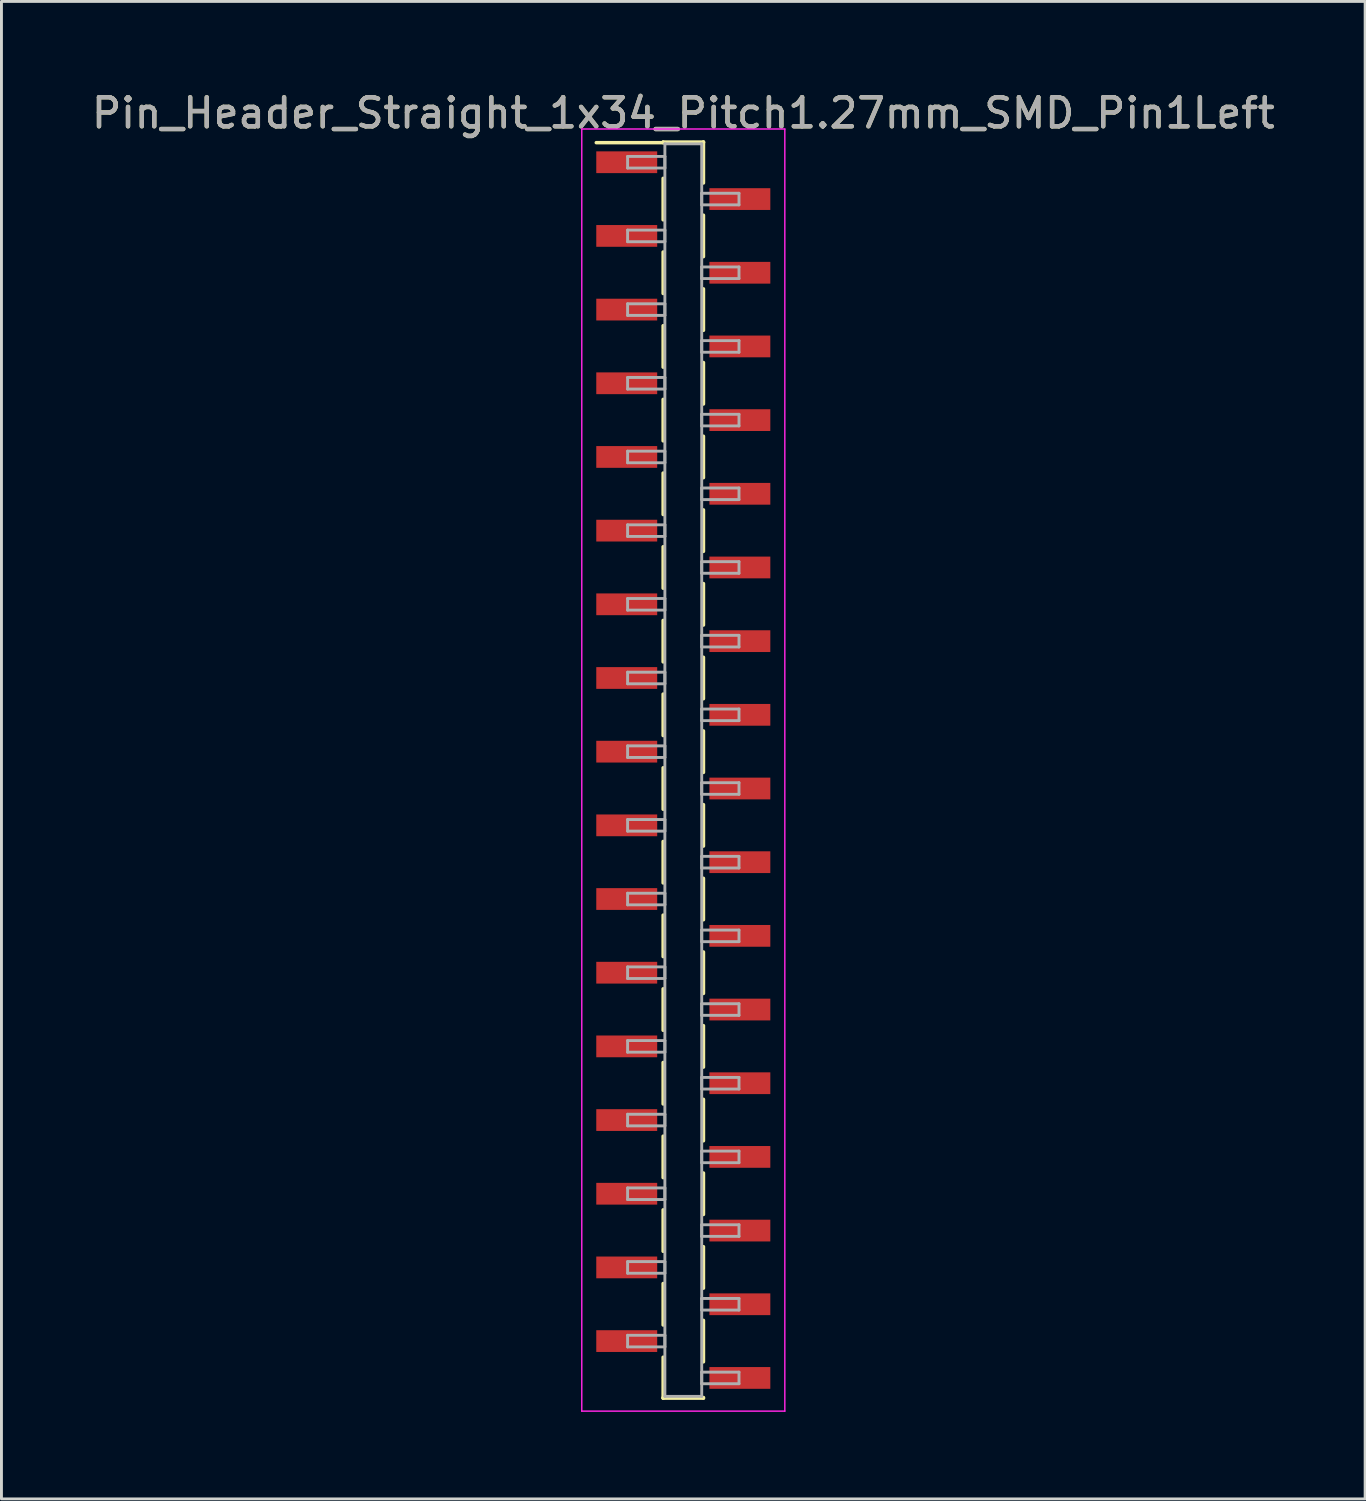
<source format=kicad_pcb>
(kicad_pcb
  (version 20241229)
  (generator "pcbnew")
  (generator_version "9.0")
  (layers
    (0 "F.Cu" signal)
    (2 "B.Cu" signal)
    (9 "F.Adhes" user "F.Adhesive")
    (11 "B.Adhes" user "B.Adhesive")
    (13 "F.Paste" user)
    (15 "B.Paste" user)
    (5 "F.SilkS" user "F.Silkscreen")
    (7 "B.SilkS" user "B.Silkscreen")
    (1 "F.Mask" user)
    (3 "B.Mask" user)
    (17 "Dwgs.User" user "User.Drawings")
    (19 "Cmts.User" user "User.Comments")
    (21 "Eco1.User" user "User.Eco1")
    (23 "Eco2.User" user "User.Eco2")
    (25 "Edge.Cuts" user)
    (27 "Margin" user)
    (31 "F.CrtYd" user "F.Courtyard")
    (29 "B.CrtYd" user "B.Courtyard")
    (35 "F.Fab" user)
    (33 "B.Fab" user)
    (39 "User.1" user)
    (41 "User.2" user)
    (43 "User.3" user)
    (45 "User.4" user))
  (footprint "Pin_Header_Straight_1x34_Pitch1.27mm_SMD_Pin1Left"
    (layer "F.Cu")
    (at 20.506 23.498)
    (property "Reference" "Pin_Header_Straight_1x34_Pitch1.27mm_SMD_Pin1Left" (at 0 -22.65 0) (layer "F.SilkS") (effects (font (size 1 1) (thickness 0.15))))
    (attr smd)
    (fp_line (start -0.695 -21.65) (end 0.695 -21.65) (stroke (width 0.12) (type solid)) (layer "F.SilkS"))
    (fp_line (start -0.695 -21.63) (end -3 -21.63) (stroke (width 0.12) (type solid)) (layer "F.SilkS"))
    (fp_line (start -0.695 -21.63) (end -0.695 -21.65) (stroke (width 0.12) (type solid)) (layer "F.SilkS"))
    (fp_line (start -0.695 -20.4) (end -0.695 -18.97) (stroke (width 0.12) (type solid)) (layer "F.SilkS"))
    (fp_line (start -0.695 -17.86) (end -0.695 -16.43) (stroke (width 0.12) (type solid)) (layer "F.SilkS"))
    (fp_line (start -0.695 -15.32) (end -0.695 -13.89) (stroke (width 0.12) (type solid)) (layer "F.SilkS"))
    (fp_line (start -0.695 -12.78) (end -0.695 -11.35) (stroke (width 0.12) (type solid)) (layer "F.SilkS"))
    (fp_line (start -0.695 -10.24) (end -0.695 -8.81) (stroke (width 0.12) (type solid)) (layer "F.SilkS"))
    (fp_line (start -0.695 -7.7) (end -0.695 -6.27) (stroke (width 0.12) (type solid)) (layer "F.SilkS"))
    (fp_line (start -0.695 -5.16) (end -0.695 -3.73) (stroke (width 0.12) (type solid)) (layer "F.SilkS"))
    (fp_line (start -0.695 -2.62) (end -0.695 -1.19) (stroke (width 0.12) (type solid)) (layer "F.SilkS"))
    (fp_line (start -0.695 -0.08) (end -0.695 1.35) (stroke (width 0.12) (type solid)) (layer "F.SilkS"))
    (fp_line (start -0.695 2.46) (end -0.695 3.89) (stroke (width 0.12) (type solid)) (layer "F.SilkS"))
    (fp_line (start -0.695 5) (end -0.695 6.43) (stroke (width 0.12) (type solid)) (layer "F.SilkS"))
    (fp_line (start -0.695 7.54) (end -0.695 8.97) (stroke (width 0.12) (type solid)) (layer "F.SilkS"))
    (fp_line (start -0.695 10.08) (end -0.695 11.51) (stroke (width 0.12) (type solid)) (layer "F.SilkS"))
    (fp_line (start -0.695 12.62) (end -0.695 14.05) (stroke (width 0.12) (type solid)) (layer "F.SilkS"))
    (fp_line (start -0.695 15.16) (end -0.695 16.59) (stroke (width 0.12) (type solid)) (layer "F.SilkS"))
    (fp_line (start -0.695 17.7) (end -0.695 19.13) (stroke (width 0.12) (type solid)) (layer "F.SilkS"))
    (fp_line (start -0.695 20.24) (end -0.695 21.65) (stroke (width 0.12) (type solid)) (layer "F.SilkS"))
    (fp_line (start -0.695 21.63) (end -0.695 21.65) (stroke (width 0.12) (type solid)) (layer "F.SilkS"))
    (fp_line (start -0.695 21.65) (end 0.695 21.65) (stroke (width 0.12) (type solid)) (layer "F.SilkS"))
    (fp_line (start 0.695 -21.65) (end 0.695 -21.63) (stroke (width 0.12) (type solid)) (layer "F.SilkS"))
    (fp_line (start 0.695 -21.65) (end 0.695 -20.24) (stroke (width 0.12) (type solid)) (layer "F.SilkS"))
    (fp_line (start 0.695 -19.13) (end 0.695 -17.7) (stroke (width 0.12) (type solid)) (layer "F.SilkS"))
    (fp_line (start 0.695 -16.59) (end 0.695 -15.16) (stroke (width 0.12) (type solid)) (layer "F.SilkS"))
    (fp_line (start 0.695 -14.05) (end 0.695 -12.62) (stroke (width 0.12) (type solid)) (layer "F.SilkS"))
    (fp_line (start 0.695 -11.51) (end 0.695 -10.08) (stroke (width 0.12) (type solid)) (layer "F.SilkS"))
    (fp_line (start 0.695 -8.97) (end 0.695 -7.54) (stroke (width 0.12) (type solid)) (layer "F.SilkS"))
    (fp_line (start 0.695 -6.43) (end 0.695 -5) (stroke (width 0.12) (type solid)) (layer "F.SilkS"))
    (fp_line (start 0.695 -3.89) (end 0.695 -2.46) (stroke (width 0.12) (type solid)) (layer "F.SilkS"))
    (fp_line (start 0.695 -1.35) (end 0.695 0.08) (stroke (width 0.12) (type solid)) (layer "F.SilkS"))
    (fp_line (start 0.695 1.19) (end 0.695 2.62) (stroke (width 0.12) (type solid)) (layer "F.SilkS"))
    (fp_line (start 0.695 3.73) (end 0.695 5.16) (stroke (width 0.12) (type solid)) (layer "F.SilkS"))
    (fp_line (start 0.695 6.27) (end 0.695 7.7) (stroke (width 0.12) (type solid)) (layer "F.SilkS"))
    (fp_line (start 0.695 8.81) (end 0.695 10.24) (stroke (width 0.12) (type solid)) (layer "F.SilkS"))
    (fp_line (start 0.695 11.35) (end 0.695 12.78) (stroke (width 0.12) (type solid)) (layer "F.SilkS"))
    (fp_line (start 0.695 13.89) (end 0.695 15.32) (stroke (width 0.12) (type solid)) (layer "F.SilkS"))
    (fp_line (start 0.695 16.43) (end 0.695 17.86) (stroke (width 0.12) (type solid)) (layer "F.SilkS"))
    (fp_line (start 0.695 18.97) (end 0.695 20.4) (stroke (width 0.12) (type solid)) (layer "F.SilkS"))
    (fp_line (start 0.695 21.65) (end 0.695 21.63) (stroke (width 0.12) (type solid)) (layer "F.SilkS"))
    (fp_line (start -3.5 -22.1) (end -3.5 22.1) (stroke (width 0.05) (type solid)) (layer "F.CrtYd"))
    (fp_line (start -3.5 22.1) (end 3.5 22.1) (stroke (width 0.05) (type solid)) (layer "F.CrtYd"))
    (fp_line (start 3.5 -22.1) (end -3.5 -22.1) (stroke (width 0.05) (type solid)) (layer "F.CrtYd"))
    (fp_line (start 3.5 22.1) (end 3.5 -22.1) (stroke (width 0.05) (type solid)) (layer "F.CrtYd"))
    (fp_line (start -1.92 -21.155) (end -0.635 -21.155) (stroke (width 0.1) (type solid)) (layer "F.Fab"))
    (fp_line (start -1.92 -20.755) (end -1.92 -21.155) (stroke (width 0.1) (type solid)) (layer "F.Fab"))
    (fp_line (start -1.92 -18.615) (end -0.635 -18.615) (stroke (width 0.1) (type solid)) (layer "F.Fab"))
    (fp_line (start -1.92 -18.215) (end -1.92 -18.615) (stroke (width 0.1) (type solid)) (layer "F.Fab"))
    (fp_line (start -1.92 -16.075) (end -0.635 -16.075) (stroke (width 0.1) (type solid)) (layer "F.Fab"))
    (fp_line (start -1.92 -15.675) (end -1.92 -16.075) (stroke (width 0.1) (type solid)) (layer "F.Fab"))
    (fp_line (start -1.92 -13.535) (end -0.635 -13.535) (stroke (width 0.1) (type solid)) (layer "F.Fab"))
    (fp_line (start -1.92 -13.135) (end -1.92 -13.535) (stroke (width 0.1) (type solid)) (layer "F.Fab"))
    (fp_line (start -1.92 -10.995) (end -0.635 -10.995) (stroke (width 0.1) (type solid)) (layer "F.Fab"))
    (fp_line (start -1.92 -10.595) (end -1.92 -10.995) (stroke (width 0.1) (type solid)) (layer "F.Fab"))
    (fp_line (start -1.92 -8.455) (end -0.635 -8.455) (stroke (width 0.1) (type solid)) (layer "F.Fab"))
    (fp_line (start -1.92 -8.055) (end -1.92 -8.455) (stroke (width 0.1) (type solid)) (layer "F.Fab"))
    (fp_line (start -1.92 -5.915) (end -0.635 -5.915) (stroke (width 0.1) (type solid)) (layer "F.Fab"))
    (fp_line (start -1.92 -5.515) (end -1.92 -5.915) (stroke (width 0.1) (type solid)) (layer "F.Fab"))
    (fp_line (start -1.92 -3.375) (end -0.635 -3.375) (stroke (width 0.1) (type solid)) (layer "F.Fab"))
    (fp_line (start -1.92 -2.975) (end -1.92 -3.375) (stroke (width 0.1) (type solid)) (layer "F.Fab"))
    (fp_line (start -1.92 -0.835) (end -0.635 -0.835) (stroke (width 0.1) (type solid)) (layer "F.Fab"))
    (fp_line (start -1.92 -0.435) (end -1.92 -0.835) (stroke (width 0.1) (type solid)) (layer "F.Fab"))
    (fp_line (start -1.92 1.705) (end -0.635 1.705) (stroke (width 0.1) (type solid)) (layer "F.Fab"))
    (fp_line (start -1.92 2.105) (end -1.92 1.705) (stroke (width 0.1) (type solid)) (layer "F.Fab"))
    (fp_line (start -1.92 4.245) (end -0.635 4.245) (stroke (width 0.1) (type solid)) (layer "F.Fab"))
    (fp_line (start -1.92 4.645) (end -1.92 4.245) (stroke (width 0.1) (type solid)) (layer "F.Fab"))
    (fp_line (start -1.92 6.785) (end -0.635 6.785) (stroke (width 0.1) (type solid)) (layer "F.Fab"))
    (fp_line (start -1.92 7.185) (end -1.92 6.785) (stroke (width 0.1) (type solid)) (layer "F.Fab"))
    (fp_line (start -1.92 9.325) (end -0.635 9.325) (stroke (width 0.1) (type solid)) (layer "F.Fab"))
    (fp_line (start -1.92 9.725) (end -1.92 9.325) (stroke (width 0.1) (type solid)) (layer "F.Fab"))
    (fp_line (start -1.92 11.865) (end -0.635 11.865) (stroke (width 0.1) (type solid)) (layer "F.Fab"))
    (fp_line (start -1.92 12.265) (end -1.92 11.865) (stroke (width 0.1) (type solid)) (layer "F.Fab"))
    (fp_line (start -1.92 14.405) (end -0.635 14.405) (stroke (width 0.1) (type solid)) (layer "F.Fab"))
    (fp_line (start -1.92 14.805) (end -1.92 14.405) (stroke (width 0.1) (type solid)) (layer "F.Fab"))
    (fp_line (start -1.92 16.945) (end -0.635 16.945) (stroke (width 0.1) (type solid)) (layer "F.Fab"))
    (fp_line (start -1.92 17.345) (end -1.92 16.945) (stroke (width 0.1) (type solid)) (layer "F.Fab"))
    (fp_line (start -1.92 19.485) (end -0.635 19.485) (stroke (width 0.1) (type solid)) (layer "F.Fab"))
    (fp_line (start -1.92 19.885) (end -1.92 19.485) (stroke (width 0.1) (type solid)) (layer "F.Fab"))
    (fp_line (start -0.635 -21.59) (end -0.635 21.59) (stroke (width 0.1) (type solid)) (layer "F.Fab"))
    (fp_line (start -0.635 -21.155) (end -0.635 -20.755) (stroke (width 0.1) (type solid)) (layer "F.Fab"))
    (fp_line (start -0.635 -20.755) (end -1.92 -20.755) (stroke (width 0.1) (type solid)) (layer "F.Fab"))
    (fp_line (start -0.635 -18.615) (end -0.635 -18.215) (stroke (width 0.1) (type solid)) (layer "F.Fab"))
    (fp_line (start -0.635 -18.215) (end -1.92 -18.215) (stroke (width 0.1) (type solid)) (layer "F.Fab"))
    (fp_line (start -0.635 -16.075) (end -0.635 -15.675) (stroke (width 0.1) (type solid)) (layer "F.Fab"))
    (fp_line (start -0.635 -15.675) (end -1.92 -15.675) (stroke (width 0.1) (type solid)) (layer "F.Fab"))
    (fp_line (start -0.635 -13.535) (end -0.635 -13.135) (stroke (width 0.1) (type solid)) (layer "F.Fab"))
    (fp_line (start -0.635 -13.135) (end -1.92 -13.135) (stroke (width 0.1) (type solid)) (layer "F.Fab"))
    (fp_line (start -0.635 -10.995) (end -0.635 -10.595) (stroke (width 0.1) (type solid)) (layer "F.Fab"))
    (fp_line (start -0.635 -10.595) (end -1.92 -10.595) (stroke (width 0.1) (type solid)) (layer "F.Fab"))
    (fp_line (start -0.635 -8.455) (end -0.635 -8.055) (stroke (width 0.1) (type solid)) (layer "F.Fab"))
    (fp_line (start -0.635 -8.055) (end -1.92 -8.055) (stroke (width 0.1) (type solid)) (layer "F.Fab"))
    (fp_line (start -0.635 -5.915) (end -0.635 -5.515) (stroke (width 0.1) (type solid)) (layer "F.Fab"))
    (fp_line (start -0.635 -5.515) (end -1.92 -5.515) (stroke (width 0.1) (type solid)) (layer "F.Fab"))
    (fp_line (start -0.635 -3.375) (end -0.635 -2.975) (stroke (width 0.1) (type solid)) (layer "F.Fab"))
    (fp_line (start -0.635 -2.975) (end -1.92 -2.975) (stroke (width 0.1) (type solid)) (layer "F.Fab"))
    (fp_line (start -0.635 -0.835) (end -0.635 -0.435) (stroke (width 0.1) (type solid)) (layer "F.Fab"))
    (fp_line (start -0.635 -0.435) (end -1.92 -0.435) (stroke (width 0.1) (type solid)) (layer "F.Fab"))
    (fp_line (start -0.635 1.705) (end -0.635 2.105) (stroke (width 0.1) (type solid)) (layer "F.Fab"))
    (fp_line (start -0.635 2.105) (end -1.92 2.105) (stroke (width 0.1) (type solid)) (layer "F.Fab"))
    (fp_line (start -0.635 4.245) (end -0.635 4.645) (stroke (width 0.1) (type solid)) (layer "F.Fab"))
    (fp_line (start -0.635 4.645) (end -1.92 4.645) (stroke (width 0.1) (type solid)) (layer "F.Fab"))
    (fp_line (start -0.635 6.785) (end -0.635 7.185) (stroke (width 0.1) (type solid)) (layer "F.Fab"))
    (fp_line (start -0.635 7.185) (end -1.92 7.185) (stroke (width 0.1) (type solid)) (layer "F.Fab"))
    (fp_line (start -0.635 9.325) (end -0.635 9.725) (stroke (width 0.1) (type solid)) (layer "F.Fab"))
    (fp_line (start -0.635 9.725) (end -1.92 9.725) (stroke (width 0.1) (type solid)) (layer "F.Fab"))
    (fp_line (start -0.635 11.865) (end -0.635 12.265) (stroke (width 0.1) (type solid)) (layer "F.Fab"))
    (fp_line (start -0.635 12.265) (end -1.92 12.265) (stroke (width 0.1) (type solid)) (layer "F.Fab"))
    (fp_line (start -0.635 14.405) (end -0.635 14.805) (stroke (width 0.1) (type solid)) (layer "F.Fab"))
    (fp_line (start -0.635 14.805) (end -1.92 14.805) (stroke (width 0.1) (type solid)) (layer "F.Fab"))
    (fp_line (start -0.635 16.945) (end -0.635 17.345) (stroke (width 0.1) (type solid)) (layer "F.Fab"))
    (fp_line (start -0.635 17.345) (end -1.92 17.345) (stroke (width 0.1) (type solid)) (layer "F.Fab"))
    (fp_line (start -0.635 19.485) (end -0.635 19.885) (stroke (width 0.1) (type solid)) (layer "F.Fab"))
    (fp_line (start -0.635 19.885) (end -1.92 19.885) (stroke (width 0.1) (type solid)) (layer "F.Fab"))
    (fp_line (start -0.635 21.59) (end 0.635 21.59) (stroke (width 0.1) (type solid)) (layer "F.Fab"))
    (fp_line (start 0.635 -21.59) (end -0.635 -21.59) (stroke (width 0.1) (type solid)) (layer "F.Fab"))
    (fp_line (start 0.635 -19.885) (end 0.635 -19.485) (stroke (width 0.1) (type solid)) (layer "F.Fab"))
    (fp_line (start 0.635 -19.485) (end 1.92 -19.485) (stroke (width 0.1) (type solid)) (layer "F.Fab"))
    (fp_line (start 0.635 -17.345) (end 0.635 -16.945) (stroke (width 0.1) (type solid)) (layer "F.Fab"))
    (fp_line (start 0.635 -16.945) (end 1.92 -16.945) (stroke (width 0.1) (type solid)) (layer "F.Fab"))
    (fp_line (start 0.635 -14.805) (end 0.635 -14.405) (stroke (width 0.1) (type solid)) (layer "F.Fab"))
    (fp_line (start 0.635 -14.405) (end 1.92 -14.405) (stroke (width 0.1) (type solid)) (layer "F.Fab"))
    (fp_line (start 0.635 -12.265) (end 0.635 -11.865) (stroke (width 0.1) (type solid)) (layer "F.Fab"))
    (fp_line (start 0.635 -11.865) (end 1.92 -11.865) (stroke (width 0.1) (type solid)) (layer "F.Fab"))
    (fp_line (start 0.635 -9.725) (end 0.635 -9.325) (stroke (width 0.1) (type solid)) (layer "F.Fab"))
    (fp_line (start 0.635 -9.325) (end 1.92 -9.325) (stroke (width 0.1) (type solid)) (layer "F.Fab"))
    (fp_line (start 0.635 -7.185) (end 0.635 -6.785) (stroke (width 0.1) (type solid)) (layer "F.Fab"))
    (fp_line (start 0.635 -6.785) (end 1.92 -6.785) (stroke (width 0.1) (type solid)) (layer "F.Fab"))
    (fp_line (start 0.635 -4.645) (end 0.635 -4.245) (stroke (width 0.1) (type solid)) (layer "F.Fab"))
    (fp_line (start 0.635 -4.245) (end 1.92 -4.245) (stroke (width 0.1) (type solid)) (layer "F.Fab"))
    (fp_line (start 0.635 -2.105) (end 0.635 -1.705) (stroke (width 0.1) (type solid)) (layer "F.Fab"))
    (fp_line (start 0.635 -1.705) (end 1.92 -1.705) (stroke (width 0.1) (type solid)) (layer "F.Fab"))
    (fp_line (start 0.635 0.435) (end 0.635 0.835) (stroke (width 0.1) (type solid)) (layer "F.Fab"))
    (fp_line (start 0.635 0.835) (end 1.92 0.835) (stroke (width 0.1) (type solid)) (layer "F.Fab"))
    (fp_line (start 0.635 2.975) (end 0.635 3.375) (stroke (width 0.1) (type solid)) (layer "F.Fab"))
    (fp_line (start 0.635 3.375) (end 1.92 3.375) (stroke (width 0.1) (type solid)) (layer "F.Fab"))
    (fp_line (start 0.635 5.515) (end 0.635 5.915) (stroke (width 0.1) (type solid)) (layer "F.Fab"))
    (fp_line (start 0.635 5.915) (end 1.92 5.915) (stroke (width 0.1) (type solid)) (layer "F.Fab"))
    (fp_line (start 0.635 8.055) (end 0.635 8.455) (stroke (width 0.1) (type solid)) (layer "F.Fab"))
    (fp_line (start 0.635 8.455) (end 1.92 8.455) (stroke (width 0.1) (type solid)) (layer "F.Fab"))
    (fp_line (start 0.635 10.595) (end 0.635 10.995) (stroke (width 0.1) (type solid)) (layer "F.Fab"))
    (fp_line (start 0.635 10.995) (end 1.92 10.995) (stroke (width 0.1) (type solid)) (layer "F.Fab"))
    (fp_line (start 0.635 13.135) (end 0.635 13.535) (stroke (width 0.1) (type solid)) (layer "F.Fab"))
    (fp_line (start 0.635 13.535) (end 1.92 13.535) (stroke (width 0.1) (type solid)) (layer "F.Fab"))
    (fp_line (start 0.635 15.675) (end 0.635 16.075) (stroke (width 0.1) (type solid)) (layer "F.Fab"))
    (fp_line (start 0.635 16.075) (end 1.92 16.075) (stroke (width 0.1) (type solid)) (layer "F.Fab"))
    (fp_line (start 0.635 18.215) (end 0.635 18.615) (stroke (width 0.1) (type solid)) (layer "F.Fab"))
    (fp_line (start 0.635 18.615) (end 1.92 18.615) (stroke (width 0.1) (type solid)) (layer "F.Fab"))
    (fp_line (start 0.635 20.755) (end 0.635 21.155) (stroke (width 0.1) (type solid)) (layer "F.Fab"))
    (fp_line (start 0.635 21.155) (end 1.92 21.155) (stroke (width 0.1) (type solid)) (layer "F.Fab"))
    (fp_line (start 0.635 21.59) (end 0.635 -21.59) (stroke (width 0.1) (type solid)) (layer "F.Fab"))
    (fp_line (start 1.92 -19.885) (end 0.635 -19.885) (stroke (width 0.1) (type solid)) (layer "F.Fab"))
    (fp_line (start 1.92 -19.485) (end 1.92 -19.885) (stroke (width 0.1) (type solid)) (layer "F.Fab"))
    (fp_line (start 1.92 -17.345) (end 0.635 -17.345) (stroke (width 0.1) (type solid)) (layer "F.Fab"))
    (fp_line (start 1.92 -16.945) (end 1.92 -17.345) (stroke (width 0.1) (type solid)) (layer "F.Fab"))
    (fp_line (start 1.92 -14.805) (end 0.635 -14.805) (stroke (width 0.1) (type solid)) (layer "F.Fab"))
    (fp_line (start 1.92 -14.405) (end 1.92 -14.805) (stroke (width 0.1) (type solid)) (layer "F.Fab"))
    (fp_line (start 1.92 -12.265) (end 0.635 -12.265) (stroke (width 0.1) (type solid)) (layer "F.Fab"))
    (fp_line (start 1.92 -11.865) (end 1.92 -12.265) (stroke (width 0.1) (type solid)) (layer "F.Fab"))
    (fp_line (start 1.92 -9.725) (end 0.635 -9.725) (stroke (width 0.1) (type solid)) (layer "F.Fab"))
    (fp_line (start 1.92 -9.325) (end 1.92 -9.725) (stroke (width 0.1) (type solid)) (layer "F.Fab"))
    (fp_line (start 1.92 -7.185) (end 0.635 -7.185) (stroke (width 0.1) (type solid)) (layer "F.Fab"))
    (fp_line (start 1.92 -6.785) (end 1.92 -7.185) (stroke (width 0.1) (type solid)) (layer "F.Fab"))
    (fp_line (start 1.92 -4.645) (end 0.635 -4.645) (stroke (width 0.1) (type solid)) (layer "F.Fab"))
    (fp_line (start 1.92 -4.245) (end 1.92 -4.645) (stroke (width 0.1) (type solid)) (layer "F.Fab"))
    (fp_line (start 1.92 -2.105) (end 0.635 -2.105) (stroke (width 0.1) (type solid)) (layer "F.Fab"))
    (fp_line (start 1.92 -1.705) (end 1.92 -2.105) (stroke (width 0.1) (type solid)) (layer "F.Fab"))
    (fp_line (start 1.92 0.435) (end 0.635 0.435) (stroke (width 0.1) (type solid)) (layer "F.Fab"))
    (fp_line (start 1.92 0.835) (end 1.92 0.435) (stroke (width 0.1) (type solid)) (layer "F.Fab"))
    (fp_line (start 1.92 2.975) (end 0.635 2.975) (stroke (width 0.1) (type solid)) (layer "F.Fab"))
    (fp_line (start 1.92 3.375) (end 1.92 2.975) (stroke (width 0.1) (type solid)) (layer "F.Fab"))
    (fp_line (start 1.92 5.515) (end 0.635 5.515) (stroke (width 0.1) (type solid)) (layer "F.Fab"))
    (fp_line (start 1.92 5.915) (end 1.92 5.515) (stroke (width 0.1) (type solid)) (layer "F.Fab"))
    (fp_line (start 1.92 8.055) (end 0.635 8.055) (stroke (width 0.1) (type solid)) (layer "F.Fab"))
    (fp_line (start 1.92 8.455) (end 1.92 8.055) (stroke (width 0.1) (type solid)) (layer "F.Fab"))
    (fp_line (start 1.92 10.595) (end 0.635 10.595) (stroke (width 0.1) (type solid)) (layer "F.Fab"))
    (fp_line (start 1.92 10.995) (end 1.92 10.595) (stroke (width 0.1) (type solid)) (layer "F.Fab"))
    (fp_line (start 1.92 13.135) (end 0.635 13.135) (stroke (width 0.1) (type solid)) (layer "F.Fab"))
    (fp_line (start 1.92 13.535) (end 1.92 13.135) (stroke (width 0.1) (type solid)) (layer "F.Fab"))
    (fp_line (start 1.92 15.675) (end 0.635 15.675) (stroke (width 0.1) (type solid)) (layer "F.Fab"))
    (fp_line (start 1.92 16.075) (end 1.92 15.675) (stroke (width 0.1) (type solid)) (layer "F.Fab"))
    (fp_line (start 1.92 18.215) (end 0.635 18.215) (stroke (width 0.1) (type solid)) (layer "F.Fab"))
    (fp_line (start 1.92 18.615) (end 1.92 18.215) (stroke (width 0.1) (type solid)) (layer "F.Fab"))
    (fp_line (start 1.92 20.755) (end 0.635 20.755) (stroke (width 0.1) (type solid)) (layer "F.Fab"))
    (fp_line (start 1.92 21.155) (end 1.92 20.755) (stroke (width 0.1) (type solid)) (layer "F.Fab"))
    (fp_text user "${REFERENCE}" (at 0 -22.65 0) (layer "F.Fab") (effects (font (size 1 1) (thickness 0.15))))
    (pad "1" smd rect (at -1.95 -20.955) (size 2.1 0.75) (layers "F.Cu" "F.Mask" "F.Paste"))
    (pad "2" smd rect (at 1.95 -19.685) (size 2.1 0.75) (layers "F.Cu" "F.Mask" "F.Paste"))
    (pad "3" smd rect (at -1.95 -18.415) (size 2.1 0.75) (layers "F.Cu" "F.Mask" "F.Paste"))
    (pad "4" smd rect (at 1.95 -17.145) (size 2.1 0.75) (layers "F.Cu" "F.Mask" "F.Paste"))
    (pad "5" smd rect (at -1.95 -15.875) (size 2.1 0.75) (layers "F.Cu" "F.Mask" "F.Paste"))
    (pad "6" smd rect (at 1.95 -14.605) (size 2.1 0.75) (layers "F.Cu" "F.Mask" "F.Paste"))
    (pad "7" smd rect (at -1.95 -13.335) (size 2.1 0.75) (layers "F.Cu" "F.Mask" "F.Paste"))
    (pad "8" smd rect (at 1.95 -12.065) (size 2.1 0.75) (layers "F.Cu" "F.Mask" "F.Paste"))
    (pad "9" smd rect (at -1.95 -10.795) (size 2.1 0.75) (layers "F.Cu" "F.Mask" "F.Paste"))
    (pad "10" smd rect (at 1.95 -9.525) (size 2.1 0.75) (layers "F.Cu" "F.Mask" "F.Paste"))
    (pad "11" smd rect (at -1.95 -8.255) (size 2.1 0.75) (layers "F.Cu" "F.Mask" "F.Paste"))
    (pad "12" smd rect (at 1.95 -6.985) (size 2.1 0.75) (layers "F.Cu" "F.Mask" "F.Paste"))
    (pad "13" smd rect (at -1.95 -5.715) (size 2.1 0.75) (layers "F.Cu" "F.Mask" "F.Paste"))
    (pad "14" smd rect (at 1.95 -4.445) (size 2.1 0.75) (layers "F.Cu" "F.Mask" "F.Paste"))
    (pad "15" smd rect (at -1.95 -3.175) (size 2.1 0.75) (layers "F.Cu" "F.Mask" "F.Paste"))
    (pad "16" smd rect (at 1.95 -1.905) (size 2.1 0.75) (layers "F.Cu" "F.Mask" "F.Paste"))
    (pad "17" smd rect (at -1.95 -0.635) (size 2.1 0.75) (layers "F.Cu" "F.Mask" "F.Paste"))
    (pad "18" smd rect (at 1.95 0.635) (size 2.1 0.75) (layers "F.Cu" "F.Mask" "F.Paste"))
    (pad "19" smd rect (at -1.95 1.905) (size 2.1 0.75) (layers "F.Cu" "F.Mask" "F.Paste"))
    (pad "20" smd rect (at 1.95 3.175) (size 2.1 0.75) (layers "F.Cu" "F.Mask" "F.Paste"))
    (pad "21" smd rect (at -1.95 4.445) (size 2.1 0.75) (layers "F.Cu" "F.Mask" "F.Paste"))
    (pad "22" smd rect (at 1.95 5.715) (size 2.1 0.75) (layers "F.Cu" "F.Mask" "F.Paste"))
    (pad "23" smd rect (at -1.95 6.985) (size 2.1 0.75) (layers "F.Cu" "F.Mask" "F.Paste"))
    (pad "24" smd rect (at 1.95 8.255) (size 2.1 0.75) (layers "F.Cu" "F.Mask" "F.Paste"))
    (pad "25" smd rect (at -1.95 9.525) (size 2.1 0.75) (layers "F.Cu" "F.Mask" "F.Paste"))
    (pad "26" smd rect (at 1.95 10.795) (size 2.1 0.75) (layers "F.Cu" "F.Mask" "F.Paste"))
    (pad "27" smd rect (at -1.95 12.065) (size 2.1 0.75) (layers "F.Cu" "F.Mask" "F.Paste"))
    (pad "28" smd rect (at 1.95 13.335) (size 2.1 0.75) (layers "F.Cu" "F.Mask" "F.Paste"))
    (pad "29" smd rect (at -1.95 14.605) (size 2.1 0.75) (layers "F.Cu" "F.Mask" "F.Paste"))
    (pad "30" smd rect (at 1.95 15.875) (size 2.1 0.75) (layers "F.Cu" "F.Mask" "F.Paste"))
    (pad "31" smd rect (at -1.95 17.145) (size 2.1 0.75) (layers "F.Cu" "F.Mask" "F.Paste"))
    (pad "32" smd rect (at 1.95 18.415) (size 2.1 0.75) (layers "F.Cu" "F.Mask" "F.Paste"))
    (pad "33" smd rect (at -1.95 19.685) (size 2.1 0.75) (layers "F.Cu" "F.Mask" "F.Paste"))
    (pad "34" smd rect (at 1.95 20.955) (size 2.1 0.75) (layers "F.Cu" "F.Mask" "F.Paste")))
  (gr_rect
    (start -3 -3)
    (end 44.012 48.623)
    (stroke (width 0.1) (type default))
    (fill no)
    (layer "Edge.Cuts")))
</source>
